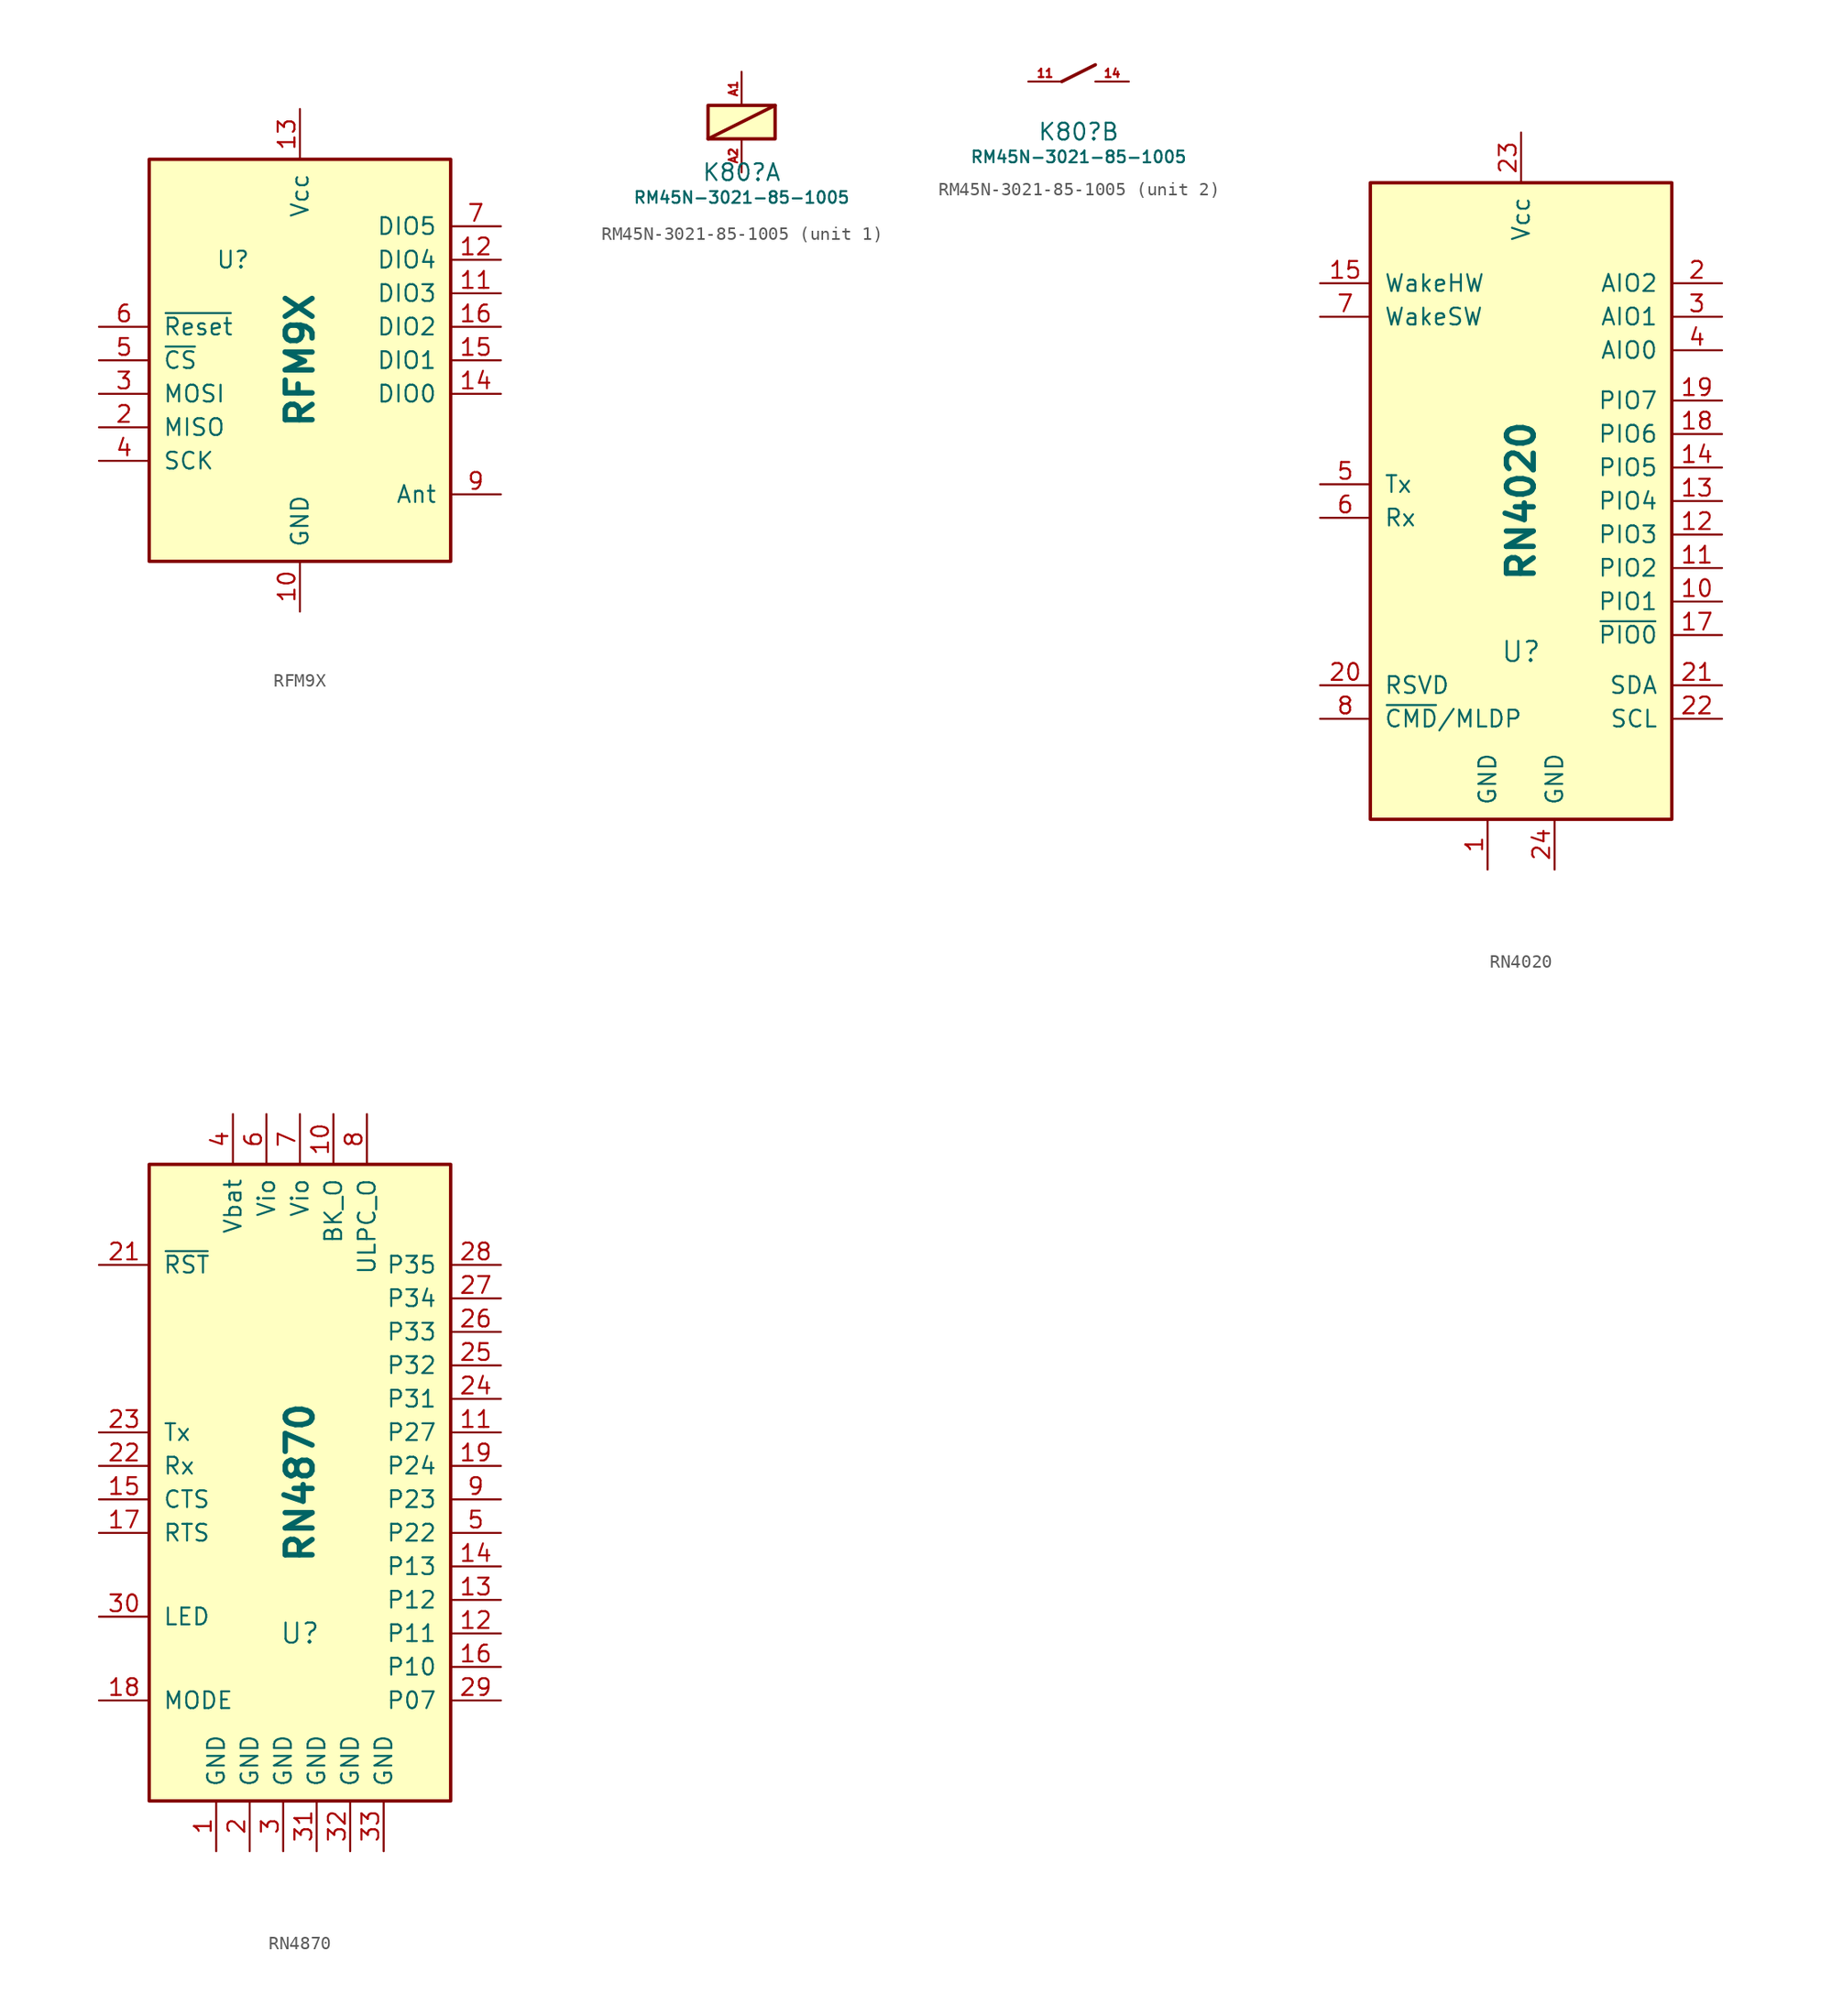
<source format=kicad_sym>
(kicad_symbol_lib
  (version 20231120)
  (generator "kicad_symbol_editor")
  (generator_version "8.0")
  (symbol "RFM9X"
    (pin_names
      (offset 1.016))
    (property "Reference" "U"
      (at -5.08 7.62 0)
      (effects (font (size 1.27 1.27))))
    (property "Value" "RFM9X"
      (at 0 0 90)
      (effects (font (size 2.032 2.032) (bold yes))))
    (symbol "RFM9X_0_1"
      (rectangle (start -11.43 -15.24) (end 11.43 15.24) (stroke (width 0.254) (type default)) (fill (type background))))
    (symbol "RFM9X_1_1"
      (pin power_in line (at 0 -19.05 90) (length 3.81) (name "GND" (effects (font (size 1.27 1.27)))) (number "10" (effects (font (size 1.27 1.27)))))
      (pin passive line (at 15.24 5.08 180) (length 3.81) (name "DIO3" (effects (font (size 1.27 1.27)))) (number "11" (effects (font (size 1.27 1.27)))))
      (pin passive line (at 15.24 7.62 180) (length 3.81) (name "DIO4" (effects (font (size 1.27 1.27)))) (number "12" (effects (font (size 1.27 1.27)))))
      (pin passive line (at 0 19.05 270) (length 3.81) (name "Vcc" (effects (font (size 1.27 1.27)))) (number "13" (effects (font (size 1.27 1.27)))))
      (pin passive line (at 15.24 -2.54 180) (length 3.81) (name "DIO0" (effects (font (size 1.27 1.27)))) (number "14" (effects (font (size 1.27 1.27)))))
      (pin passive line (at 15.24 0 180) (length 3.81) (name "DIO1" (effects (font (size 1.27 1.27)))) (number "15" (effects (font (size 1.27 1.27)))))
      (pin passive line (at 15.24 2.54 180) (length 3.81) (name "DIO2" (effects (font (size 1.27 1.27)))) (number "16" (effects (font (size 1.27 1.27)))))
      (pin passive line (at -15.24 -5.08 0) (length 3.81) (name "MISO" (effects (font (size 1.27 1.27)))) (number "2" (effects (font (size 1.27 1.27)))))
      (pin passive line (at -15.24 -2.54 0) (length 3.81) (name "MOSI" (effects (font (size 1.27 1.27)))) (number "3" (effects (font (size 1.27 1.27)))))
      (pin passive line (at -15.24 -7.62 0) (length 3.81) (name "SCK" (effects (font (size 1.27 1.27)))) (number "4" (effects (font (size 1.27 1.27)))))
      (pin passive line (at -15.24 0 0) (length 3.81) (name "~{CS}" (effects (font (size 1.27 1.27)))) (number "5" (effects (font (size 1.27 1.27)))))
      (pin passive line (at -15.24 2.54 0) (length 3.81) (name "~{Reset}" (effects (font (size 1.27 1.27)))) (number "6" (effects (font (size 1.27 1.27)))))
      (pin passive line (at 15.24 10.16 180) (length 3.81) (name "DIO5" (effects (font (size 1.27 1.27)))) (number "7" (effects (font (size 1.27 1.27)))))
      (pin passive line (at 15.24 -10.16 180) (length 3.81) (name "Ant" (effects (font (size 1.27 1.27)))) (number "9" (effects (font (size 1.27 1.27)))))))
  (symbol "RM45N-3021-85-1005"
    (property "Reference" "K80"
      (at 0 -3.81 0)
      (effects (font (size 1.27 1.27))))
    (property "Value" "RM45N-3021-85-1005"
      (at 0 -5.715 0)
      (effects (font (size 0.889 0.889))))
    (property "ki_locked" ""
      (at 0 0 0)
      (effects (font (size 1.27 1.27))))
    (symbol "RM45N-3021-85-1005_1_1"
      (rectangle (start -2.54 1.27) (end 2.54 -1.27) (stroke (width 0.254) (type default)) (fill (type background)))
      (polyline (pts (xy 2.54 1.27) (xy -2.54 -1.27)) (stroke (width 0.254) (type default)) (fill (type none)))
      (pin passive line (at 0 3.81 270) (length 2.54) (name "~" (effects (font (size 1.27 1.27)))) (number "A1" (effects (font (size 0.635 0.635)))))
      (pin passive line (at 0 -3.81 90) (length 2.54) (name "~" (effects (font (size 1.27 1.27)))) (number "A2" (effects (font (size 0.635 0.635))))))
    (symbol "RM45N-3021-85-1005_2_1"
      (polyline (pts (xy -1.27 0) (xy 1.27 1.27)) (stroke (width 0.254) (type default)) (fill (type none)))
      (pin passive line (at -3.81 0 0) (length 2.54) (name "~" (effects (font (size 1.27 1.27)))) (number "11" (effects (font (size 0.635 0.635)))))
      (pin passive line (at 3.81 0 180) (length 2.54) (name "~" (effects (font (size 1.27 1.27)))) (number "14" (effects (font (size 0.635 0.635)))))))
  (symbol "RN4020"
    (pin_names
      (offset 1.016))
    (property "Reference" "U"
      (at 0 -11.43 0)
      (effects (font (size 1.524 1.524))))
    (property "Value" "RN4020"
      (at 0 0 90)
      (effects (font (size 2.032 2.032) (bold yes))))
    (symbol "RN4020_0_1"
      (rectangle (start -11.43 24.13) (end 11.43 -24.13) (stroke (width 0.254) (type default)) (fill (type background))))
    (symbol "RN4020_1_1"
      (pin power_in line (at -2.54 -27.94 90) (length 3.81) (name "GND" (effects (font (size 1.27 1.27)))) (number "1" (effects (font (size 1.27 1.27)))))
      (pin passive line (at 15.24 -7.62 180) (length 3.81) (name "PIO1" (effects (font (size 1.27 1.27)))) (number "10" (effects (font (size 1.27 1.27)))))
      (pin passive line (at 15.24 -5.08 180) (length 3.81) (name "PIO2" (effects (font (size 1.27 1.27)))) (number "11" (effects (font (size 1.27 1.27)))))
      (pin passive line (at 15.24 -2.54 180) (length 3.81) (name "PIO3" (effects (font (size 1.27 1.27)))) (number "12" (effects (font (size 1.27 1.27)))))
      (pin passive line (at 15.24 0 180) (length 3.81) (name "PIO4" (effects (font (size 1.27 1.27)))) (number "13" (effects (font (size 1.27 1.27)))))
      (pin passive line (at 15.24 2.54 180) (length 3.81) (name "PIO5" (effects (font (size 1.27 1.27)))) (number "14" (effects (font (size 1.27 1.27)))))
      (pin passive line (at -15.24 16.51 0) (length 3.81) (name "WakeHW" (effects (font (size 1.27 1.27)))) (number "15" (effects (font (size 1.27 1.27)))))
      (pin passive line (at 15.24 -10.16 180) (length 3.81) (name "~{PIO0}" (effects (font (size 1.27 1.27)))) (number "17" (effects (font (size 1.27 1.27)))))
      (pin passive line (at 15.24 5.08 180) (length 3.81) (name "PIO6" (effects (font (size 1.27 1.27)))) (number "18" (effects (font (size 1.27 1.27)))))
      (pin passive line (at 15.24 7.62 180) (length 3.81) (name "PIO7" (effects (font (size 1.27 1.27)))) (number "19" (effects (font (size 1.27 1.27)))))
      (pin passive line (at 15.24 16.51 180) (length 3.81) (name "AIO2" (effects (font (size 1.27 1.27)))) (number "2" (effects (font (size 1.27 1.27)))))
      (pin passive line (at -15.24 -13.97 0) (length 3.81) (name "RSVD" (effects (font (size 1.27 1.27)))) (number "20" (effects (font (size 1.27 1.27)))))
      (pin passive line (at 15.24 -13.97 180) (length 3.81) (name "SDA" (effects (font (size 1.27 1.27)))) (number "21" (effects (font (size 1.27 1.27)))))
      (pin passive line (at 15.24 -16.51 180) (length 3.81) (name "SCL" (effects (font (size 1.27 1.27)))) (number "22" (effects (font (size 1.27 1.27)))))
      (pin power_in line (at 0 27.94 270) (length 3.81) (name "Vcc" (effects (font (size 1.27 1.27)))) (number "23" (effects (font (size 1.27 1.27)))))
      (pin power_in line (at 2.54 -27.94 90) (length 3.81) (name "GND" (effects (font (size 1.27 1.27)))) (number "24" (effects (font (size 1.27 1.27)))))
      (pin passive line (at 15.24 13.97 180) (length 3.81) (name "AIO1" (effects (font (size 1.27 1.27)))) (number "3" (effects (font (size 1.27 1.27)))))
      (pin passive line (at 15.24 11.43 180) (length 3.81) (name "AIO0" (effects (font (size 1.27 1.27)))) (number "4" (effects (font (size 1.27 1.27)))))
      (pin passive line (at -15.24 1.27 0) (length 3.81) (name "Tx" (effects (font (size 1.27 1.27)))) (number "5" (effects (font (size 1.27 1.27)))))
      (pin passive line (at -15.24 -1.27 0) (length 3.81) (name "Rx" (effects (font (size 1.27 1.27)))) (number "6" (effects (font (size 1.27 1.27)))))
      (pin passive line (at -15.24 13.97 0) (length 3.81) (name "WakeSW" (effects (font (size 1.27 1.27)))) (number "7" (effects (font (size 1.27 1.27)))))
      (pin passive line (at -15.24 -16.51 0) (length 3.81) (name "~{CMD}/MLDP" (effects (font (size 1.27 1.27)))) (number "8" (effects (font (size 1.27 1.27)))))))
  (symbol "RN4870"
    (pin_names
      (offset 1.016))
    (property "Reference" "U"
      (at 0 -11.43 0)
      (effects (font (size 1.524 1.524))))
    (property "Value" "RN4870"
      (at 0 0 90)
      (effects (font (size 2.032 2.032) (bold yes))))
    (symbol "RN4870_0_1"
      (rectangle (start -11.43 24.13) (end 11.43 -24.13) (stroke (width 0.254) (type default)) (fill (type background))))
    (symbol "RN4870_1_1"
      (pin power_in line (at -6.35 -27.94 90) (length 3.81) (name "GND" (effects (font (size 1.27 1.27)))) (number "1" (effects (font (size 1.27 1.27)))))
      (pin passive line (at 2.54 27.94 270) (length 3.81) (name "BK_O" (effects (font (size 1.27 1.27)))) (number "10" (effects (font (size 1.27 1.27)))))
      (pin passive line (at 15.24 3.81 180) (length 3.81) (name "P27" (effects (font (size 1.27 1.27)))) (number "11" (effects (font (size 1.27 1.27)))))
      (pin passive line (at 15.24 -11.43 180) (length 3.81) (name "P11" (effects (font (size 1.27 1.27)))) (number "12" (effects (font (size 1.27 1.27)))))
      (pin passive line (at 15.24 -8.89 180) (length 3.81) (name "P12" (effects (font (size 1.27 1.27)))) (number "13" (effects (font (size 1.27 1.27)))))
      (pin passive line (at 15.24 -6.35 180) (length 3.81) (name "P13" (effects (font (size 1.27 1.27)))) (number "14" (effects (font (size 1.27 1.27)))))
      (pin passive line (at -15.24 -1.27 0) (length 3.81) (name "CTS" (effects (font (size 1.27 1.27)))) (number "15" (effects (font (size 1.27 1.27)))))
      (pin passive line (at 15.24 -13.97 180) (length 3.81) (name "P10" (effects (font (size 1.27 1.27)))) (number "16" (effects (font (size 1.27 1.27)))))
      (pin passive line (at -15.24 -3.81 0) (length 3.81) (name "RTS" (effects (font (size 1.27 1.27)))) (number "17" (effects (font (size 1.27 1.27)))))
      (pin passive line (at -15.24 -16.51 0) (length 3.81) (name "MODE" (effects (font (size 1.27 1.27)))) (number "18" (effects (font (size 1.27 1.27)))))
      (pin passive line (at 15.24 1.27 180) (length 3.81) (name "P24" (effects (font (size 1.27 1.27)))) (number "19" (effects (font (size 1.27 1.27)))))
      (pin power_in line (at -3.81 -27.94 90) (length 3.81) (name "GND" (effects (font (size 1.27 1.27)))) (number "2" (effects (font (size 1.27 1.27)))))
      (pin passive line (at -15.24 16.51 0) (length 3.81) (name "~{RST}" (effects (font (size 1.27 1.27)))) (number "21" (effects (font (size 1.27 1.27)))))
      (pin passive line (at -15.24 1.27 0) (length 3.81) (name "Rx" (effects (font (size 1.27 1.27)))) (number "22" (effects (font (size 1.27 1.27)))))
      (pin passive line (at -15.24 3.81 0) (length 3.81) (name "Tx" (effects (font (size 1.27 1.27)))) (number "23" (effects (font (size 1.27 1.27)))))
      (pin passive line (at 15.24 6.35 180) (length 3.81) (name "P31" (effects (font (size 1.27 1.27)))) (number "24" (effects (font (size 1.27 1.27)))))
      (pin passive line (at 15.24 8.89 180) (length 3.81) (name "P32" (effects (font (size 1.27 1.27)))) (number "25" (effects (font (size 1.27 1.27)))))
      (pin passive line (at 15.24 11.43 180) (length 3.81) (name "P33" (effects (font (size 1.27 1.27)))) (number "26" (effects (font (size 1.27 1.27)))))
      (pin passive line (at 15.24 13.97 180) (length 3.81) (name "P34" (effects (font (size 1.27 1.27)))) (number "27" (effects (font (size 1.27 1.27)))))
      (pin passive line (at 15.24 16.51 180) (length 3.81) (name "P35" (effects (font (size 1.27 1.27)))) (number "28" (effects (font (size 1.27 1.27)))))
      (pin passive line (at 15.24 -16.51 180) (length 3.81) (name "P07" (effects (font (size 1.27 1.27)))) (number "29" (effects (font (size 1.27 1.27)))))
      (pin power_in line (at -1.27 -27.94 90) (length 3.81) (name "GND" (effects (font (size 1.27 1.27)))) (number "3" (effects (font (size 1.27 1.27)))))
      (pin passive line (at -15.24 -10.16 0) (length 3.81) (name "LED" (effects (font (size 1.27 1.27)))) (number "30" (effects (font (size 1.27 1.27)))))
      (pin power_in line (at 1.27 -27.94 90) (length 3.81) (name "GND" (effects (font (size 1.27 1.27)))) (number "31" (effects (font (size 1.27 1.27)))))
      (pin power_in line (at 3.81 -27.94 90) (length 3.81) (name "GND" (effects (font (size 1.27 1.27)))) (number "32" (effects (font (size 1.27 1.27)))))
      (pin power_in line (at 6.35 -27.94 90) (length 3.81) (name "GND" (effects (font (size 1.27 1.27)))) (number "33" (effects (font (size 1.27 1.27)))))
      (pin passive line (at -5.08 27.94 270) (length 3.81) (name "Vbat" (effects (font (size 1.27 1.27)))) (number "4" (effects (font (size 1.27 1.27)))))
      (pin passive line (at 15.24 -3.81 180) (length 3.81) (name "P22" (effects (font (size 1.27 1.27)))) (number "5" (effects (font (size 1.27 1.27)))))
      (pin passive line (at -2.54 27.94 270) (length 3.81) (name "Vio" (effects (font (size 1.27 1.27)))) (number "6" (effects (font (size 1.27 1.27)))))
      (pin passive line (at 0 27.94 270) (length 3.81) (name "Vio" (effects (font (size 1.27 1.27)))) (number "7" (effects (font (size 1.27 1.27)))))
      (pin passive line (at 5.08 27.94 270) (length 3.81) (name "ULPC_O" (effects (font (size 1.27 1.27)))) (number "8" (effects (font (size 1.27 1.27)))))
      (pin passive line (at 15.24 -1.27 180) (length 3.81) (name "P23" (effects (font (size 1.27 1.27)))) (number "9" (effects (font (size 1.27 1.27))))))))
</source>
